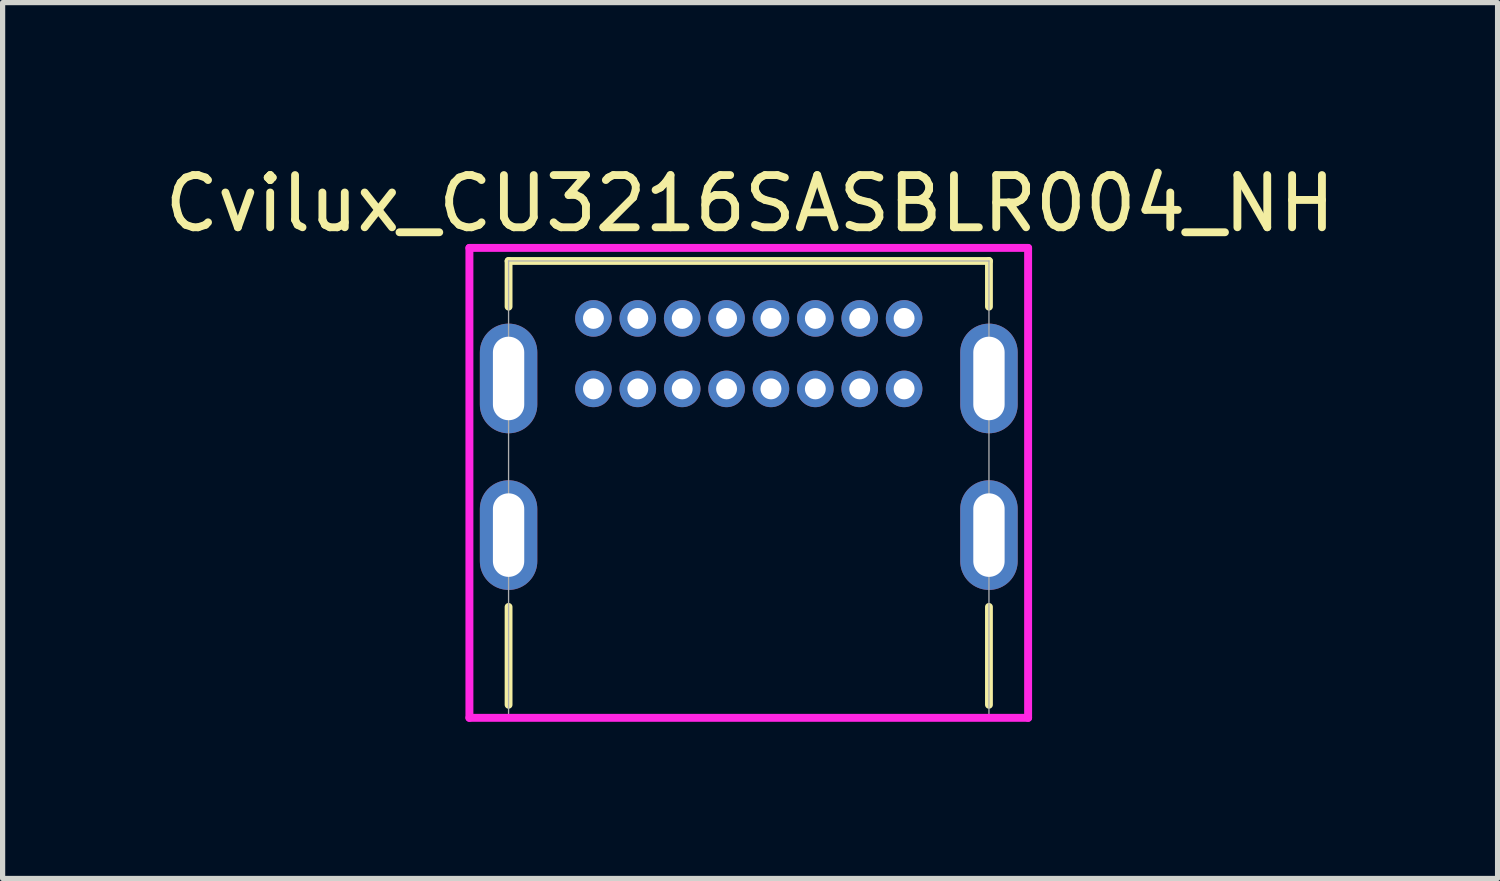
<source format=kicad_pcb>
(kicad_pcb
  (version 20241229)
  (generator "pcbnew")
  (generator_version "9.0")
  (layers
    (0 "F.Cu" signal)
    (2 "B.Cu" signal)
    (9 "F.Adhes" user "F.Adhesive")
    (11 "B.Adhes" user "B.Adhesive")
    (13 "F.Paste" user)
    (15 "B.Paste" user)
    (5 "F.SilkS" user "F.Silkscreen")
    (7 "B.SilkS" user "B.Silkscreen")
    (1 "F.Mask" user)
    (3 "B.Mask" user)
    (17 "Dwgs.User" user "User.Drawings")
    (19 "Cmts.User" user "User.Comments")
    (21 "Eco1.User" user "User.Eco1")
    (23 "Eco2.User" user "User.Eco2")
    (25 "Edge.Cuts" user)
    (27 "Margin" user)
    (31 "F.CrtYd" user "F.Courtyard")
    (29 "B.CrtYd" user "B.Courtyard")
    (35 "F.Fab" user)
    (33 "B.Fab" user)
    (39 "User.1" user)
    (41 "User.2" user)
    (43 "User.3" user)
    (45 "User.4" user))
  (footprint "Cvilux_CU3216SASBLR004_NH"
    (layer "F.Cu")
    (at 11.29 6.423)
    (property "Reference" "Cvilux_CU3216SASBLR004_NH" (at 0.025 -5.575 0) (unlocked yes) (layer "F.SilkS") (effects (font (size 1 1) (thickness 0.15))))
    (attr through_hole)
    (fp_line (start -4.6 -4.475) (end -4.6 -3.6) (stroke (width 0.15) (type solid)) (layer "F.SilkS"))
    (fp_line (start -4.6 -4.475) (end 4.6 -4.475) (stroke (width 0.15) (type solid)) (layer "F.SilkS"))
    (fp_line (start -4.6 2.15) (end -4.6 4.025) (stroke (width 0.15) (type solid)) (layer "F.SilkS"))
    (fp_line (start 4.6 -4.475) (end 4.6 -3.6) (stroke (width 0.15) (type solid)) (layer "F.SilkS"))
    (fp_line (start 4.6 2.15) (end 4.6 4.025) (stroke (width 0.15) (type solid)) (layer "F.SilkS"))
    (fp_line (start -5.35 -4.725) (end -5.35 4.275) (stroke (width 0.152) (type solid)) (layer "F.CrtYd"))
    (fp_line (start -5.35 -4.725) (end 5.35 -4.725) (stroke (width 0.152) (type solid)) (layer "F.CrtYd"))
    (fp_line (start -5.35 4.275) (end 5.35 4.275) (stroke (width 0.152) (type solid)) (layer "F.CrtYd"))
    (fp_line (start 5.35 -4.725) (end 5.35 4.275) (stroke (width 0.152) (type solid)) (layer "F.CrtYd"))
    (fp_line (start -4.6 -4.475) (end -4.6 4.275) (stroke (width 0.025) (type solid)) (layer "F.Fab"))
    (fp_line (start -4.6 -4.475) (end 4.6 -4.475) (stroke (width 0.025) (type solid)) (layer "F.Fab"))
    (fp_line (start -4.6 4.275) (end 4.6 4.275) (stroke (width 0.025) (type solid)) (layer "F.Fab"))
    (fp_line (start 4.6 -4.475) (end 4.6 4.275) (stroke (width 0.025) (type solid)) (layer "F.Fab"))
    (pad "17" thru_hole oval (at -4.6 -2.225) (size 1.1 2.1) (drill oval 0.6 1.6) (layers "*.Cu" "*.Mask"))
    (pad "18" thru_hole oval (at 4.6 -2.225) (size 1.1 2.1) (drill oval 0.6 1.6) (layers "*.Cu" "*.Mask"))
    (pad "19" thru_hole oval (at -4.6 0.775) (size 1.1 2.1) (drill oval 0.6 1.6) (layers "*.Cu" "*.Mask"))
    (pad "20" thru_hole oval (at 4.6 0.775) (size 1.1 2.1) (drill oval 0.6 1.6) (layers "*.Cu" "*.Mask"))
    (pad "A1" thru_hole circle (at -2.975 -3.375) (size 0.7 0.7) (drill 0.4) (layers "*.Cu" "*.Mask"))
    (pad "A4" thru_hole circle (at -2.125 -3.375) (size 0.7 0.7) (drill 0.4) (layers "*.Cu" "*.Mask"))
    (pad "A5" thru_hole circle (at -1.275 -3.375) (size 0.7 0.7) (drill 0.4) (layers "*.Cu" "*.Mask"))
    (pad "A6" thru_hole circle (at -0.425 -3.375) (size 0.7 0.7) (drill 0.4) (layers "*.Cu" "*.Mask"))
    (pad "A7" thru_hole circle (at 0.425 -3.375) (size 0.7 0.7) (drill 0.4) (layers "*.Cu" "*.Mask"))
    (pad "A8" thru_hole circle (at 1.275 -3.375) (size 0.7 0.7) (drill 0.4) (layers "*.Cu" "*.Mask"))
    (pad "A9" thru_hole circle (at 2.125 -3.375) (size 0.7 0.7) (drill 0.4) (layers "*.Cu" "*.Mask"))
    (pad "A12" thru_hole circle (at 2.975 -3.375) (size 0.7 0.7) (drill 0.4) (layers "*.Cu" "*.Mask"))
    (pad "B1" thru_hole circle (at 2.975 -2.025) (size 0.7 0.7) (drill 0.4) (layers "*.Cu" "*.Mask"))
    (pad "B4" thru_hole circle (at 2.125 -2.025) (size 0.7 0.7) (drill 0.4) (layers "*.Cu" "*.Mask"))
    (pad "B5" thru_hole circle (at 1.275 -2.025) (size 0.7 0.7) (drill 0.4) (layers "*.Cu" "*.Mask"))
    (pad "B6" thru_hole circle (at 0.425 -2.025) (size 0.7 0.7) (drill 0.4) (layers "*.Cu" "*.Mask"))
    (pad "B7" thru_hole circle (at -0.425 -2.025) (size 0.7 0.7) (drill 0.4) (layers "*.Cu" "*.Mask"))
    (pad "B8" thru_hole circle (at -1.275 -2.025) (size 0.7 0.7) (drill 0.4) (layers "*.Cu" "*.Mask"))
    (pad "B9" thru_hole circle (at -2.125 -2.025) (size 0.7 0.7) (drill 0.4) (layers "*.Cu" "*.Mask"))
    (pad "B12" thru_hole circle (at -2.975 -2.025) (size 0.7 0.7) (drill 0.4) (layers "*.Cu" "*.Mask")))
  (gr_rect
    (start -3 -3)
    (end 25.631 13.774)
    (stroke (width 0.1) (type default))
    (fill no)
    (layer "Edge.Cuts")))
</source>
